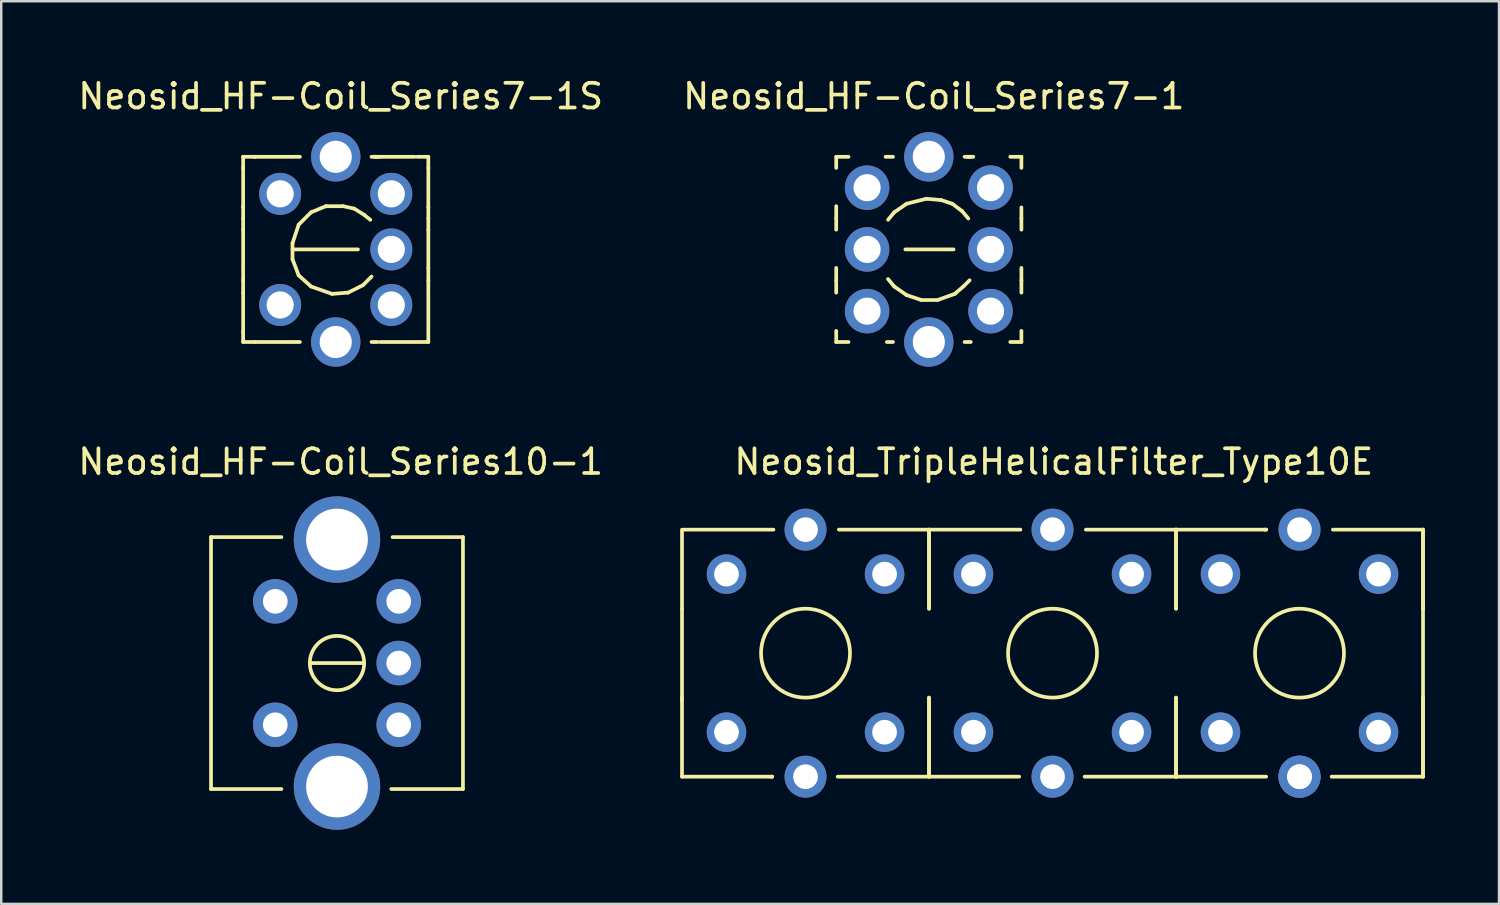
<source format=kicad_pcb>
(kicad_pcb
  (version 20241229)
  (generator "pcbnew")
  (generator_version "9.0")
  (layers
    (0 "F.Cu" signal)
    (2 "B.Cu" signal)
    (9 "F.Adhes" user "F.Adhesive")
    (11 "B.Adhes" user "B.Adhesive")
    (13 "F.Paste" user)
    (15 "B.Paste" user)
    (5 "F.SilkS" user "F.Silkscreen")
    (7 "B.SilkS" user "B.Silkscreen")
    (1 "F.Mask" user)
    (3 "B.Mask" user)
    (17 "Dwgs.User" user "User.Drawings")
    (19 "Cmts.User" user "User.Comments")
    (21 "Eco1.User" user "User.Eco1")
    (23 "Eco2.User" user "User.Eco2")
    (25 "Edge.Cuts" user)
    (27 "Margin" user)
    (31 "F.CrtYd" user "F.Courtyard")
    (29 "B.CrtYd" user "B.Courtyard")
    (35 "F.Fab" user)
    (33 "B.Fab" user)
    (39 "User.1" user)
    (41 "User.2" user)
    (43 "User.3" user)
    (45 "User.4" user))
  (footprint "Neosid_HF-Coil_Series10-1"
    (layer "F.Cu")
    (at 10.594 23.796)
    (property "Reference" "Neosid_HF-Coil_Series10-1" (at 0.15 -8.151 0) (layer "F.SilkS") (effects (font (size 1 1) (thickness 0.15))))
    (attr through_hole)
    (fp_line (start -5.1 -5.1) (end -5.1 5.1) (stroke (width 0.15) (type solid)) (layer "F.SilkS"))
    (fp_line (start -5.1 5.1) (end -2.25 5.1) (stroke (width 0.15) (type solid)) (layer "F.SilkS"))
    (fp_line (start -2.25 -5.1) (end -5.1 -5.1) (stroke (width 0.15) (type solid)) (layer "F.SilkS"))
    (fp_line (start -1.1 0) (end 1.1 0) (stroke (width 0.15) (type solid)) (layer "F.SilkS"))
    (fp_line (start 2.2 5.1) (end 5.1 5.1) (stroke (width 0.15) (type solid)) (layer "F.SilkS"))
    (fp_line (start 5.1 -5.1) (end 2.25 -5.1) (stroke (width 0.15) (type solid)) (layer "F.SilkS"))
    (fp_line (start 5.1 5.1) (end 5.1 -5.1) (stroke (width 0.15) (type solid)) (layer "F.SilkS"))
    (fp_circle (center 0 0) (end 1.1 0) (stroke (width 0.15) (type solid)) (fill no) (layer "F.SilkS"))
    (pad "1" thru_hole circle (at -2.499 -2.499 90) (size 1.801 1.801) (drill 1.001) (layers "*.Cu" "*.Mask"))
    (pad "3" thru_hole circle (at -2.499 2.499 90) (size 1.801 1.801) (drill 1.001) (layers "*.Cu" "*.Mask"))
    (pad "4" thru_hole circle (at 2.499 2.499 90) (size 1.801 1.801) (drill 1.001) (layers "*.Cu" "*.Mask"))
    (pad "5" thru_hole circle (at 2.499 0 90) (size 1.801 1.801) (drill 1.001) (layers "*.Cu" "*.Mask"))
    (pad "6" thru_hole circle (at 2.499 -2.499 90) (size 1.801 1.801) (drill 1.001) (layers "*.Cu" "*.Mask"))
    (pad "~" thru_hole circle (at 0 -5.001 90) (size 3.5 3.5) (drill 2.499) (layers "*.Cu" "*.Mask"))
    (pad "~" thru_hole circle (at 0 5.001 90) (size 3.5 3.5) (drill 2.499) (layers "*.Cu" "*.Mask")))
  (footprint "Neosid_TripleHelicalFilter_Type10E"
    (layer "F.Cu")
    (at 39.564 23.395)
    (property "Reference" "Neosid_TripleHelicalFilter_Type10E" (at 0.051 -7.75 0) (layer "F.SilkS") (effects (font (size 1 1) (thickness 0.15))))
    (attr through_hole)
    (fp_line (start -15.001 -5.001) (end -15.001 -1.801) (stroke (width 0.15) (type solid)) (layer "F.SilkS"))
    (fp_line (start -15.001 -1.801) (end -15.001 1.9) (stroke (width 0.15) (type solid)) (layer "F.SilkS"))
    (fp_line (start -15.001 1.801) (end -15.001 5.001) (stroke (width 0.15) (type solid)) (layer "F.SilkS"))
    (fp_line (start -15.001 5.001) (end -11.349 5.001) (stroke (width 0.15) (type solid)) (layer "F.SilkS"))
    (fp_line (start -11.349 5.001) (end -11.4 5.001) (stroke (width 0.15) (type solid)) (layer "F.SilkS"))
    (fp_line (start -11.3 -5.001) (end -14.95 -5.001) (stroke (width 0.15) (type solid)) (layer "F.SilkS"))
    (fp_line (start -8.7 5.001) (end -1.349 5.001) (stroke (width 0.15) (type solid)) (layer "F.SilkS"))
    (fp_line (start -5.001 -5.001) (end -5.001 -1.801) (stroke (width 0.15) (type solid)) (layer "F.SilkS"))
    (fp_line (start -5.001 1.801) (end -5.001 5.001) (stroke (width 0.15) (type solid)) (layer "F.SilkS"))
    (fp_line (start -4.999 -1.801) (end -4.999 -5.001) (stroke (width 0.15) (type solid)) (layer "F.SilkS"))
    (fp_line (start -4.999 5.001) (end -4.999 1.801) (stroke (width 0.15) (type solid)) (layer "F.SilkS"))
    (fp_line (start -1.3 -5.001) (end -8.651 -5.001) (stroke (width 0.15) (type solid)) (layer "F.SilkS"))
    (fp_line (start 1.3 5.001) (end 5.001 5.001) (stroke (width 0.15) (type solid)) (layer "F.SilkS"))
    (fp_line (start 4.999 -5.001) (end 4.999 -1.801) (stroke (width 0.15) (type solid)) (layer "F.SilkS"))
    (fp_line (start 4.999 1.801) (end 4.999 5.001) (stroke (width 0.15) (type solid)) (layer "F.SilkS"))
    (fp_line (start 5.001 -5.001) (end 1.351 -5.001) (stroke (width 0.15) (type solid)) (layer "F.SilkS"))
    (fp_line (start 5.001 -5.001) (end 8.651 -5.001) (stroke (width 0.15) (type solid)) (layer "F.SilkS"))
    (fp_line (start 5.001 -1.801) (end 5.001 -5.001) (stroke (width 0.15) (type solid)) (layer "F.SilkS"))
    (fp_line (start 5.001 5.001) (end 5.001 1.801) (stroke (width 0.15) (type solid)) (layer "F.SilkS"))
    (fp_line (start 5.001 5.001) (end 8.651 5.001) (stroke (width 0.15) (type solid)) (layer "F.SilkS"))
    (fp_line (start 8.651 -5.001) (end 8.6 -5.001) (stroke (width 0.15) (type solid)) (layer "F.SilkS"))
    (fp_line (start 11.3 5.001) (end 15.001 5.001) (stroke (width 0.15) (type solid)) (layer "F.SilkS"))
    (fp_line (start 11.351 -5.001) (end 15.001 -5.001) (stroke (width 0.15) (type solid)) (layer "F.SilkS"))
    (fp_line (start 14.999 -5.001) (end 14.999 -1.801) (stroke (width 0.15) (type solid)) (layer "F.SilkS"))
    (fp_line (start 14.999 1.801) (end 14.999 5.001) (stroke (width 0.15) (type solid)) (layer "F.SilkS"))
    (fp_line (start 15.001 -1.849) (end 15.001 1.801) (stroke (width 0.15) (type solid)) (layer "F.SilkS"))
    (fp_line (start 15.001 -1.801) (end 15.001 -5.001) (stroke (width 0.15) (type solid)) (layer "F.SilkS"))
    (fp_line (start 15.001 5.001) (end 15.001 1.801) (stroke (width 0.15) (type solid)) (layer "F.SilkS"))
    (fp_circle (center -10 0) (end -8.199 0) (stroke (width 0.15) (type solid)) (fill no) (layer "F.SilkS"))
    (fp_circle (center 0 0) (end 1.801 0) (stroke (width 0.15) (type solid)) (fill no) (layer "F.SilkS"))
    (fp_circle (center 10 0) (end 11.801 0) (stroke (width 0.15) (type solid)) (fill no) (layer "F.SilkS"))
    (pad "1" thru_hole circle (at -6.8 3.2 90) (size 1.6 1.6) (drill 1.001) (layers "*.Cu" "*.Mask"))
    (pad "2" thru_hole circle (at -6.8 -3.2 90) (size 1.6 1.6) (drill 1.001) (layers "*.Cu" "*.Mask"))
    (pad "4" thru_hole circle (at -13.2 -3.2 90) (size 1.6 1.6) (drill 1.001) (layers "*.Cu" "*.Mask"))
    (pad "5" thru_hole circle (at -13.2 3.2 90) (size 1.6 1.6) (drill 1.001) (layers "*.Cu" "*.Mask"))
    (pad "21" thru_hole circle (at 3.2 3.2 90) (size 1.6 1.6) (drill 1.001) (layers "*.Cu" "*.Mask"))
    (pad "22" thru_hole circle (at 3.2 -3.2 90) (size 1.6 1.6) (drill 1.001) (layers "*.Cu" "*.Mask"))
    (pad "24" thru_hole circle (at -3.2 -3.2 90) (size 1.6 1.6) (drill 1.001) (layers "*.Cu" "*.Mask"))
    (pad "25" thru_hole circle (at -3.2 3.2 90) (size 1.6 1.6) (drill 1.001) (layers "*.Cu" "*.Mask"))
    (pad "31" thru_hole circle (at 13.2 3.2 90) (size 1.6 1.6) (drill 1.001) (layers "*.Cu" "*.Mask"))
    (pad "32" thru_hole circle (at 13.2 -3.2 90) (size 1.6 1.6) (drill 1.001) (layers "*.Cu" "*.Mask"))
    (pad "34" thru_hole circle (at 6.8 -3.2 90) (size 1.6 1.6) (drill 1.001) (layers "*.Cu" "*.Mask"))
    (pad "35" thru_hole circle (at 6.8 3.2 90) (size 1.6 1.6) (drill 1.001) (layers "*.Cu" "*.Mask"))
    (pad "~" thru_hole circle (at -10 -5.001 90) (size 1.699 1.699) (drill 1.001) (layers "*.Cu" "*.Mask"))
    (pad "~" thru_hole circle (at -10 5.001 90) (size 1.699 1.699) (drill 1.001) (layers "*.Cu" "*.Mask"))
    (pad "~" thru_hole circle (at 0 -5.001 90) (size 1.699 1.699) (drill 1.001) (layers "*.Cu" "*.Mask"))
    (pad "~" thru_hole circle (at 0 5.001 90) (size 1.699 1.699) (drill 1.001) (layers "*.Cu" "*.Mask"))
    (pad "~" thru_hole circle (at 10 -5.001 90) (size 1.699 1.699) (drill 1.001) (layers "*.Cu" "*.Mask"))
    (pad "~" thru_hole circle (at 10 5.001 90) (size 1.699 1.699) (drill 1.001) (layers "*.Cu" "*.Mask"))
    (pad "~" thru_hole circle (at 10 5.001 90) (size 1.699 1.699) (drill 1.001) (layers "*.Cu" "*.Mask")))
  (footprint "Neosid_HF-Coil_Series7-1"
    (layer "F.Cu")
    (at 34.555 7.048)
    (property "Reference" "Neosid_HF-Coil_Series7-1" (at 0.201 -6.2 0) (layer "F.SilkS") (effects (font (size 1 1) (thickness 0.15))))
    (attr through_hole)
    (fp_line (start -3.749 -3.749) (end -3.749 -3.299) (stroke (width 0.15) (type solid)) (layer "F.SilkS"))
    (fp_line (start -3.749 -3.749) (end -3.251 -3.749) (stroke (width 0.15) (type solid)) (layer "F.SilkS"))
    (fp_line (start -3.749 -1.25) (end -3.749 -1.75) (stroke (width 0.15) (type solid)) (layer "F.SilkS"))
    (fp_line (start -3.749 -1.25) (end -3.749 -0.8) (stroke (width 0.15) (type solid)) (layer "F.SilkS"))
    (fp_line (start -3.749 1.25) (end -3.749 0.749) (stroke (width 0.15) (type solid)) (layer "F.SilkS"))
    (fp_line (start -3.749 1.25) (end -3.749 1.75) (stroke (width 0.15) (type solid)) (layer "F.SilkS"))
    (fp_line (start -3.749 3.749) (end -3.749 3.299) (stroke (width 0.15) (type solid)) (layer "F.SilkS"))
    (fp_line (start -3.749 3.749) (end -3.251 3.749) (stroke (width 0.15) (type solid)) (layer "F.SilkS"))
    (fp_line (start -1.699 3.749) (end -1.45 3.749) (stroke (width 0.15) (type solid)) (layer "F.SilkS"))
    (fp_line (start -1.651 1.199) (end -1.4 1.501) (stroke (width 0.15) (type solid)) (layer "F.SilkS"))
    (fp_line (start -1.45 -3.749) (end -1.75 -3.749) (stroke (width 0.15) (type solid)) (layer "F.SilkS"))
    (fp_line (start -1.4 -1.501) (end -1.651 -1.199) (stroke (width 0.15) (type solid)) (layer "F.SilkS"))
    (fp_line (start -1.4 1.501) (end -0.899 1.849) (stroke (width 0.15) (type solid)) (layer "F.SilkS"))
    (fp_line (start -0.95 0) (end 1.001 0) (stroke (width 0.15) (type solid)) (layer "F.SilkS"))
    (fp_line (start -0.899 -1.849) (end -1.4 -1.501) (stroke (width 0.15) (type solid)) (layer "F.SilkS"))
    (fp_line (start -0.899 1.849) (end -0.3 2.05) (stroke (width 0.15) (type solid)) (layer "F.SilkS"))
    (fp_line (start -0.3 2.05) (end 0.351 2.05) (stroke (width 0.15) (type solid)) (layer "F.SilkS"))
    (fp_line (start -0.099 -2.05) (end -0.899 -1.849) (stroke (width 0.15) (type solid)) (layer "F.SilkS"))
    (fp_line (start 0.351 2.05) (end 1.049 1.801) (stroke (width 0.15) (type solid)) (layer "F.SilkS"))
    (fp_line (start 0.5 -1.999) (end -0.099 -2.05) (stroke (width 0.15) (type solid)) (layer "F.SilkS"))
    (fp_line (start 0.95 -1.849) (end 0.5 -1.999) (stroke (width 0.15) (type solid)) (layer "F.SilkS"))
    (fp_line (start 1.049 1.801) (end 1.4 1.501) (stroke (width 0.15) (type solid)) (layer "F.SilkS"))
    (fp_line (start 1.349 -1.549) (end 0.95 -1.849) (stroke (width 0.15) (type solid)) (layer "F.SilkS"))
    (fp_line (start 1.4 1.501) (end 1.651 1.25) (stroke (width 0.15) (type solid)) (layer "F.SilkS"))
    (fp_line (start 1.45 3.749) (end 1.699 3.749) (stroke (width 0.15) (type solid)) (layer "F.SilkS"))
    (fp_line (start 1.549 -3.749) (end 1.651 -3.749) (stroke (width 0.15) (type solid)) (layer "F.SilkS"))
    (fp_line (start 1.6 -1.25) (end 1.349 -1.549) (stroke (width 0.15) (type solid)) (layer "F.SilkS"))
    (fp_line (start 1.651 -3.749) (end 1.801 -3.749) (stroke (width 0.15) (type solid)) (layer "F.SilkS"))
    (fp_line (start 1.699 -3.749) (end 1.448 -3.749) (stroke (width 0.15) (type solid)) (layer "F.SilkS"))
    (fp_line (start 3.749 -3.749) (end 3.299 -3.749) (stroke (width 0.15) (type solid)) (layer "F.SilkS"))
    (fp_line (start 3.749 -3.749) (end 3.749 -3.299) (stroke (width 0.15) (type solid)) (layer "F.SilkS"))
    (fp_line (start 3.749 -1.25) (end 3.749 -1.699) (stroke (width 0.15) (type solid)) (layer "F.SilkS"))
    (fp_line (start 3.749 -1.25) (end 3.749 -0.8) (stroke (width 0.15) (type solid)) (layer "F.SilkS"))
    (fp_line (start 3.749 1.25) (end 3.749 0.749) (stroke (width 0.15) (type solid)) (layer "F.SilkS"))
    (fp_line (start 3.749 1.25) (end 3.749 1.75) (stroke (width 0.15) (type solid)) (layer "F.SilkS"))
    (fp_line (start 3.749 3.749) (end 3.299 3.749) (stroke (width 0.15) (type solid)) (layer "F.SilkS"))
    (fp_line (start 3.749 3.749) (end 3.749 3.299) (stroke (width 0.15) (type solid)) (layer "F.SilkS"))
    (pad "1" thru_hole circle (at -2.499 -2.499 90) (size 1.801 1.801) (drill 1.1) (layers "*.Cu" "*.Mask"))
    (pad "2" thru_hole circle (at -2.499 0 90) (size 1.801 1.801) (drill 1.1) (layers "*.Cu" "*.Mask"))
    (pad "3" thru_hole circle (at -2.499 2.499 90) (size 1.801 1.801) (drill 1.1) (layers "*.Cu" "*.Mask"))
    (pad "4" thru_hole circle (at 2.499 2.499 90) (size 1.801 1.801) (drill 1.1) (layers "*.Cu" "*.Mask"))
    (pad "5" thru_hole circle (at 2.499 0 90) (size 1.801 1.801) (drill 1.1) (layers "*.Cu" "*.Mask"))
    (pad "6" thru_hole circle (at 2.499 -2.499 90) (size 1.801 1.801) (drill 1.1) (layers "*.Cu" "*.Mask"))
    (pad "~" thru_hole circle (at 0 -3.749 90) (size 1.999 1.999) (drill 1.3) (layers "*.Cu" "*.Mask"))
    (pad "~" thru_hole circle (at 0 3.749 90) (size 1.999 1.999) (drill 1.3) (layers "*.Cu" "*.Mask")))
  (footprint "Neosid_HF-Coil_Series7-1S"
    (layer "F.Cu")
    (at 10.543 7.048)
    (property "Reference" "Neosid_HF-Coil_Series7-1S" (at 0.201 -6.2 0) (layer "F.SilkS") (effects (font (size 1 1) (thickness 0.15))))
    (attr through_hole)
    (fp_line (start -3.749 -3.749) (end -3.749 -3.299) (stroke (width 0.15) (type solid)) (layer "F.SilkS"))
    (fp_line (start -3.749 -3.749) (end -3.251 -3.749) (stroke (width 0.15) (type solid)) (layer "F.SilkS"))
    (fp_line (start -3.749 -3.299) (end -3.749 -1.699) (stroke (width 0.15) (type solid)) (layer "F.SilkS"))
    (fp_line (start -3.749 -1.25) (end -3.749 -1.75) (stroke (width 0.15) (type solid)) (layer "F.SilkS"))
    (fp_line (start -3.749 -1.25) (end -3.749 -0.8) (stroke (width 0.15) (type solid)) (layer "F.SilkS"))
    (fp_line (start -3.749 -0.8) (end -3.749 0.701) (stroke (width 0.15) (type solid)) (layer "F.SilkS"))
    (fp_line (start -3.749 1.25) (end -3.749 0.749) (stroke (width 0.15) (type solid)) (layer "F.SilkS"))
    (fp_line (start -3.749 1.25) (end -3.749 1.75) (stroke (width 0.15) (type solid)) (layer "F.SilkS"))
    (fp_line (start -3.749 1.75) (end -3.749 3.35) (stroke (width 0.15) (type solid)) (layer "F.SilkS"))
    (fp_line (start -3.749 3.749) (end -3.749 3.299) (stroke (width 0.15) (type solid)) (layer "F.SilkS"))
    (fp_line (start -3.749 3.749) (end -3.251 3.749) (stroke (width 0.15) (type solid)) (layer "F.SilkS"))
    (fp_line (start -3.251 3.749) (end -1.75 3.749) (stroke (width 0.15) (type solid)) (layer "F.SilkS"))
    (fp_line (start -1.801 -3.749) (end -3.299 -3.749) (stroke (width 0.15) (type solid)) (layer "F.SilkS"))
    (fp_line (start -1.75 -0.249) (end -1.75 0.399) (stroke (width 0.15) (type solid)) (layer "F.SilkS"))
    (fp_line (start -1.75 0) (end 0.899 0) (stroke (width 0.15) (type solid)) (layer "F.SilkS"))
    (fp_line (start -1.75 0.399) (end -1.501 1.049) (stroke (width 0.15) (type solid)) (layer "F.SilkS"))
    (fp_line (start -1.699 3.749) (end -1.45 3.749) (stroke (width 0.15) (type solid)) (layer "F.SilkS"))
    (fp_line (start -1.501 -1.001) (end -1.75 -0.249) (stroke (width 0.15) (type solid)) (layer "F.SilkS"))
    (fp_line (start -1.501 1.049) (end -1.001 1.501) (stroke (width 0.15) (type solid)) (layer "F.SilkS"))
    (fp_line (start -1.45 -3.749) (end -1.75 -3.749) (stroke (width 0.15) (type solid)) (layer "F.SilkS"))
    (fp_line (start -1.001 -1.501) (end -1.501 -1.001) (stroke (width 0.15) (type solid)) (layer "F.SilkS"))
    (fp_line (start -1.001 1.501) (end -0.15 1.801) (stroke (width 0.15) (type solid)) (layer "F.SilkS"))
    (fp_line (start -0.399 -1.75) (end -1.001 -1.501) (stroke (width 0.15) (type solid)) (layer "F.SilkS"))
    (fp_line (start -0.15 1.801) (end 0.5 1.75) (stroke (width 0.15) (type solid)) (layer "F.SilkS"))
    (fp_line (start 0.3 -1.75) (end -0.399 -1.75) (stroke (width 0.15) (type solid)) (layer "F.SilkS"))
    (fp_line (start 0.5 1.75) (end 1.1 1.45) (stroke (width 0.15) (type solid)) (layer "F.SilkS"))
    (fp_line (start 0.749 -1.651) (end 0.3 -1.75) (stroke (width 0.15) (type solid)) (layer "F.SilkS"))
    (fp_line (start 1.1 1.45) (end 1.45 1.1) (stroke (width 0.15) (type solid)) (layer "F.SilkS"))
    (fp_line (start 1.151 -1.4) (end 0.749 -1.651) (stroke (width 0.15) (type solid)) (layer "F.SilkS"))
    (fp_line (start 1.4 -1.199) (end 1.151 -1.4) (stroke (width 0.15) (type solid)) (layer "F.SilkS"))
    (fp_line (start 1.45 3.749) (end 1.699 3.749) (stroke (width 0.15) (type solid)) (layer "F.SilkS"))
    (fp_line (start 1.549 -3.749) (end 1.651 -3.749) (stroke (width 0.15) (type solid)) (layer "F.SilkS"))
    (fp_line (start 1.651 -3.749) (end 1.801 -3.749) (stroke (width 0.15) (type solid)) (layer "F.SilkS"))
    (fp_line (start 1.699 -3.749) (end 1.448 -3.749) (stroke (width 0.15) (type solid)) (layer "F.SilkS"))
    (fp_line (start 1.801 3.749) (end 3.251 3.749) (stroke (width 0.15) (type solid)) (layer "F.SilkS"))
    (fp_line (start 3.2 -3.749) (end 1.801 -3.749) (stroke (width 0.15) (type solid)) (layer "F.SilkS"))
    (fp_line (start 3.749 -3.749) (end 3.299 -3.749) (stroke (width 0.15) (type solid)) (layer "F.SilkS"))
    (fp_line (start 3.749 -3.749) (end 3.749 -3.299) (stroke (width 0.15) (type solid)) (layer "F.SilkS"))
    (fp_line (start 3.749 -3.299) (end 3.749 -1.699) (stroke (width 0.15) (type solid)) (layer "F.SilkS"))
    (fp_line (start 3.749 -1.25) (end 3.749 -1.699) (stroke (width 0.15) (type solid)) (layer "F.SilkS"))
    (fp_line (start 3.749 -1.25) (end 3.749 -0.8) (stroke (width 0.15) (type solid)) (layer "F.SilkS"))
    (fp_line (start 3.749 0.749) (end 3.749 -0.8) (stroke (width 0.15) (type solid)) (layer "F.SilkS"))
    (fp_line (start 3.749 1.25) (end 3.749 0.749) (stroke (width 0.15) (type solid)) (layer "F.SilkS"))
    (fp_line (start 3.749 1.25) (end 3.749 1.75) (stroke (width 0.15) (type solid)) (layer "F.SilkS"))
    (fp_line (start 3.749 3.251) (end 3.749 1.801) (stroke (width 0.15) (type solid)) (layer "F.SilkS"))
    (fp_line (start 3.749 3.749) (end 3.299 3.749) (stroke (width 0.15) (type solid)) (layer "F.SilkS"))
    (fp_line (start 3.749 3.749) (end 3.749 3.299) (stroke (width 0.15) (type solid)) (layer "F.SilkS"))
    (pad "1" thru_hole circle (at -2.25 -2.25 90) (size 1.699 1.699) (drill 1.1) (layers "*.Cu" "*.Mask"))
    (pad "3" thru_hole circle (at -2.25 2.25 90) (size 1.699 1.699) (drill 1.1) (layers "*.Cu" "*.Mask"))
    (pad "4" thru_hole circle (at 2.25 2.25 90) (size 1.699 1.699) (drill 1.1) (layers "*.Cu" "*.Mask"))
    (pad "5" thru_hole circle (at 2.25 0 90) (size 1.699 1.699) (drill 1.1) (layers "*.Cu" "*.Mask"))
    (pad "6" thru_hole circle (at 2.25 -2.25 90) (size 1.699 1.699) (drill 1.1) (layers "*.Cu" "*.Mask"))
    (pad "~" thru_hole circle (at 0 -3.749 90) (size 1.999 1.999) (drill 1.3) (layers "*.Cu" "*.Mask"))
    (pad "~" thru_hole circle (at 0 3.749 90) (size 1.999 1.999) (drill 1.3) (layers "*.Cu" "*.Mask")))
  (gr_rect
    (start -3 -3)
    (end 57.641 33.547)
    (stroke (width 0.1) (type default))
    (fill no)
    (layer "Edge.Cuts")))
</source>
